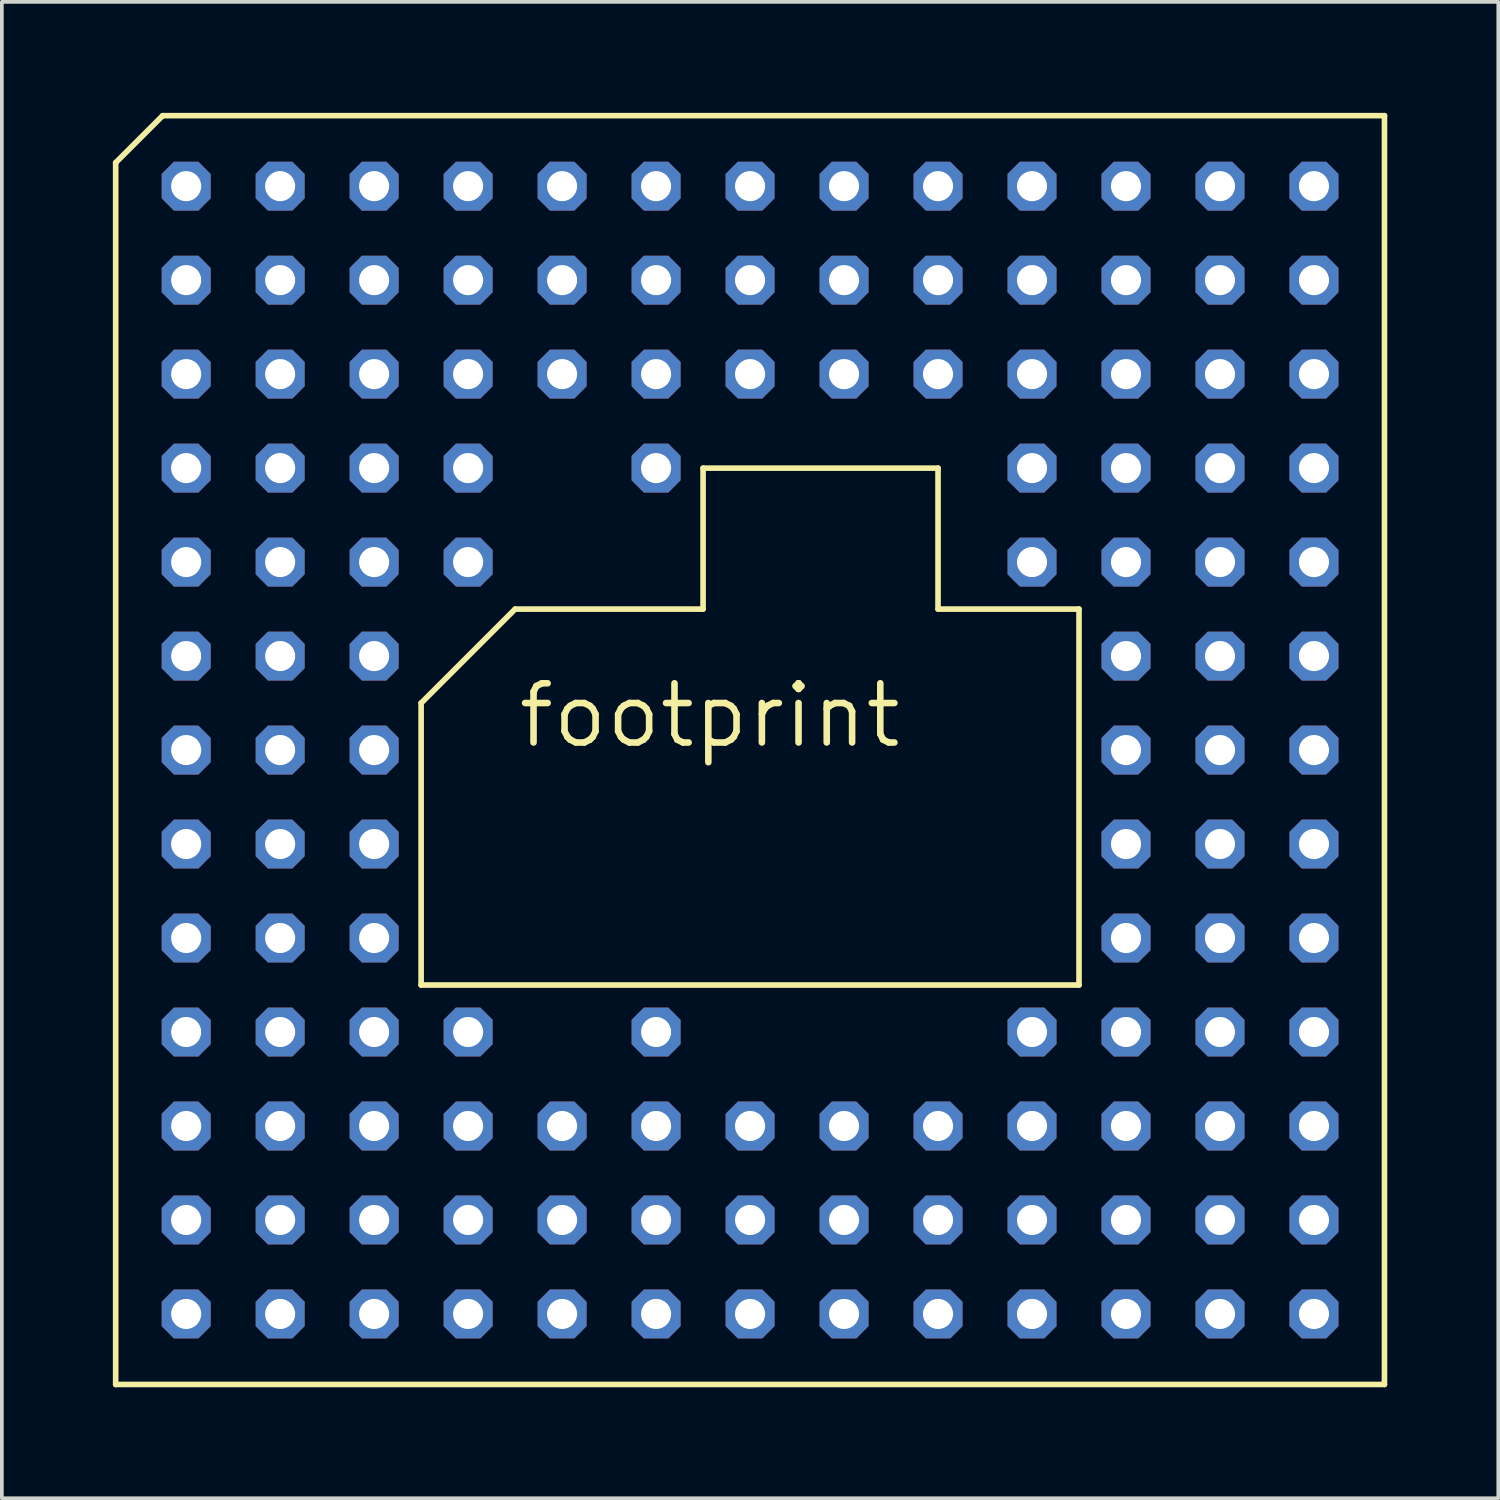
<source format=kicad_pcb>
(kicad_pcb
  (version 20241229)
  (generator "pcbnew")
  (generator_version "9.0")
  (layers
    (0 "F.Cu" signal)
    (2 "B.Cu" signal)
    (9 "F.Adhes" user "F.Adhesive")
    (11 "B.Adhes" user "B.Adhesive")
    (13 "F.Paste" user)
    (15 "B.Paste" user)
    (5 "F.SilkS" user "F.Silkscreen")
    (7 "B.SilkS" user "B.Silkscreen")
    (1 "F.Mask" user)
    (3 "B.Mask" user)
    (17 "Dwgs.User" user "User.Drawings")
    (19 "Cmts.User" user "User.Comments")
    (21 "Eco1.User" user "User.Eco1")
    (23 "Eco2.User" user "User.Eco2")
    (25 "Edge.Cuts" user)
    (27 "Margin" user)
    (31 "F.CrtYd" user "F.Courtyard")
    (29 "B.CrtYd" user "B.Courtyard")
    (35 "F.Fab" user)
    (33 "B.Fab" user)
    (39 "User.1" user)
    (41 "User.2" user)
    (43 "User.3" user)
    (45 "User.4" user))
  (footprint "footprint"
    (layer "F.Cu")
    (at 17.221 17.221)
    (property "Reference" "footprint" (at -6.35 0 0) (layer "F.SilkS") (effects (font (size 1.6 1.6) (thickness 0.178)) (justify left bottom)))
    (fp_line (start -17.145 -15.875) (end -15.875 -17.145) (stroke (width 0.152) (type solid)) (layer "F.SilkS"))
    (fp_line (start -17.145 17.145) (end -17.145 -15.875) (stroke (width 0.152) (type solid)) (layer "F.SilkS"))
    (fp_line (start -15.875 -17.145) (end 17.145 -17.145) (stroke (width 0.152) (type solid)) (layer "F.SilkS"))
    (fp_line (start -8.89 6.35) (end -8.89 -1.27) (stroke (width 0.152) (type solid)) (layer "F.SilkS"))
    (fp_line (start -6.35 -3.81) (end -8.89 -1.27) (stroke (width 0.152) (type solid)) (layer "F.SilkS"))
    (fp_line (start -6.35 -3.81) (end -1.27 -3.81) (stroke (width 0.152) (type solid)) (layer "F.SilkS"))
    (fp_line (start -1.27 -7.62) (end 5.08 -7.62) (stroke (width 0.152) (type solid)) (layer "F.SilkS"))
    (fp_line (start -1.27 -3.81) (end -1.27 -7.62) (stroke (width 0.152) (type solid)) (layer "F.SilkS"))
    (fp_line (start 5.08 -7.62) (end 5.08 -3.81) (stroke (width 0.152) (type solid)) (layer "F.SilkS"))
    (fp_line (start 5.08 -3.81) (end 8.89 -3.81) (stroke (width 0.152) (type solid)) (layer "F.SilkS"))
    (fp_line (start 8.89 -3.81) (end 8.89 6.35) (stroke (width 0.152) (type solid)) (layer "F.SilkS"))
    (fp_line (start 8.89 6.35) (end -8.89 6.35) (stroke (width 0.152) (type solid)) (layer "F.SilkS"))
    (fp_line (start 17.145 -17.145) (end 17.145 17.145) (stroke (width 0.152) (type solid)) (layer "F.SilkS"))
    (fp_line (start 17.145 17.145) (end -17.145 17.145) (stroke (width 0.152) (type solid)) (layer "F.SilkS"))
    (pad "A01" thru_hole roundrect (at -15.24 -15.24 90) (size 1.321 1.321) (drill 0.813) (layers "*.Cu" "*.Mask") (roundrect_rratio 0.25) (chamfer_ratio 0.25) (chamfer top_left top_right bottom_left bottom_right))
    (pad "A02" thru_hole roundrect (at -12.7 -15.24 90) (size 1.321 1.321) (drill 0.813) (layers "*.Cu" "*.Mask") (roundrect_rratio 0.25) (chamfer_ratio 0.25) (chamfer top_left top_right bottom_left bottom_right))
    (pad "A03" thru_hole roundrect (at -10.16 -15.24 90) (size 1.321 1.321) (drill 0.813) (layers "*.Cu" "*.Mask") (roundrect_rratio 0.25) (chamfer_ratio 0.25) (chamfer top_left top_right bottom_left bottom_right))
    (pad "A04" thru_hole roundrect (at -7.62 -15.24 90) (size 1.321 1.321) (drill 0.813) (layers "*.Cu" "*.Mask") (roundrect_rratio 0.25) (chamfer_ratio 0.25) (chamfer top_left top_right bottom_left bottom_right))
    (pad "A05" thru_hole roundrect (at -5.08 -15.24 90) (size 1.321 1.321) (drill 0.813) (layers "*.Cu" "*.Mask") (roundrect_rratio 0.25) (chamfer_ratio 0.25) (chamfer top_left top_right bottom_left bottom_right))
    (pad "A06" thru_hole roundrect (at -2.54 -15.24 90) (size 1.321 1.321) (drill 0.813) (layers "*.Cu" "*.Mask") (roundrect_rratio 0.25) (chamfer_ratio 0.25) (chamfer top_left top_right bottom_left bottom_right))
    (pad "A07" thru_hole roundrect (at 0 -15.24 90) (size 1.321 1.321) (drill 0.813) (layers "*.Cu" "*.Mask") (roundrect_rratio 0.25) (chamfer_ratio 0.25) (chamfer top_left top_right bottom_left bottom_right))
    (pad "A08" thru_hole roundrect (at 2.54 -15.24 90) (size 1.321 1.321) (drill 0.813) (layers "*.Cu" "*.Mask") (roundrect_rratio 0.25) (chamfer_ratio 0.25) (chamfer top_left top_right bottom_left bottom_right))
    (pad "A09" thru_hole roundrect (at 5.08 -15.24 90) (size 1.321 1.321) (drill 0.813) (layers "*.Cu" "*.Mask") (roundrect_rratio 0.25) (chamfer_ratio 0.25) (chamfer top_left top_right bottom_left bottom_right))
    (pad "A10" thru_hole roundrect (at 7.62 -15.24 90) (size 1.321 1.321) (drill 0.813) (layers "*.Cu" "*.Mask") (roundrect_rratio 0.25) (chamfer_ratio 0.25) (chamfer top_left top_right bottom_left bottom_right))
    (pad "A11" thru_hole roundrect (at 10.16 -15.24 90) (size 1.321 1.321) (drill 0.813) (layers "*.Cu" "*.Mask") (roundrect_rratio 0.25) (chamfer_ratio 0.25) (chamfer top_left top_right bottom_left bottom_right))
    (pad "A12" thru_hole roundrect (at 12.7 -15.24 90) (size 1.321 1.321) (drill 0.813) (layers "*.Cu" "*.Mask") (roundrect_rratio 0.25) (chamfer_ratio 0.25) (chamfer top_left top_right bottom_left bottom_right))
    (pad "A13" thru_hole roundrect (at 15.24 -15.24 90) (size 1.321 1.321) (drill 0.813) (layers "*.Cu" "*.Mask") (roundrect_rratio 0.25) (chamfer_ratio 0.25) (chamfer top_left top_right bottom_left bottom_right))
    (pad "B01" thru_hole roundrect (at -15.24 -12.7 90) (size 1.321 1.321) (drill 0.813) (layers "*.Cu" "*.Mask") (roundrect_rratio 0.25) (chamfer_ratio 0.25) (chamfer top_left top_right bottom_left bottom_right))
    (pad "B02" thru_hole roundrect (at -12.7 -12.7 90) (size 1.321 1.321) (drill 0.813) (layers "*.Cu" "*.Mask") (roundrect_rratio 0.25) (chamfer_ratio 0.25) (chamfer top_left top_right bottom_left bottom_right))
    (pad "B03" thru_hole roundrect (at -10.16 -12.7 90) (size 1.321 1.321) (drill 0.813) (layers "*.Cu" "*.Mask") (roundrect_rratio 0.25) (chamfer_ratio 0.25) (chamfer top_left top_right bottom_left bottom_right))
    (pad "B04" thru_hole roundrect (at -7.62 -12.7 90) (size 1.321 1.321) (drill 0.813) (layers "*.Cu" "*.Mask") (roundrect_rratio 0.25) (chamfer_ratio 0.25) (chamfer top_left top_right bottom_left bottom_right))
    (pad "B05" thru_hole roundrect (at -5.08 -12.7 90) (size 1.321 1.321) (drill 0.813) (layers "*.Cu" "*.Mask") (roundrect_rratio 0.25) (chamfer_ratio 0.25) (chamfer top_left top_right bottom_left bottom_right))
    (pad "B06" thru_hole roundrect (at -2.54 -12.7 90) (size 1.321 1.321) (drill 0.813) (layers "*.Cu" "*.Mask") (roundrect_rratio 0.25) (chamfer_ratio 0.25) (chamfer top_left top_right bottom_left bottom_right))
    (pad "B07" thru_hole roundrect (at 0 -12.7 90) (size 1.321 1.321) (drill 0.813) (layers "*.Cu" "*.Mask") (roundrect_rratio 0.25) (chamfer_ratio 0.25) (chamfer top_left top_right bottom_left bottom_right))
    (pad "B08" thru_hole roundrect (at 2.54 -12.7 90) (size 1.321 1.321) (drill 0.813) (layers "*.Cu" "*.Mask") (roundrect_rratio 0.25) (chamfer_ratio 0.25) (chamfer top_left top_right bottom_left bottom_right))
    (pad "B09" thru_hole roundrect (at 5.08 -12.7 90) (size 1.321 1.321) (drill 0.813) (layers "*.Cu" "*.Mask") (roundrect_rratio 0.25) (chamfer_ratio 0.25) (chamfer top_left top_right bottom_left bottom_right))
    (pad "B10" thru_hole roundrect (at 7.62 -12.7 90) (size 1.321 1.321) (drill 0.813) (layers "*.Cu" "*.Mask") (roundrect_rratio 0.25) (chamfer_ratio 0.25) (chamfer top_left top_right bottom_left bottom_right))
    (pad "B11" thru_hole roundrect (at 10.16 -12.7 90) (size 1.321 1.321) (drill 0.813) (layers "*.Cu" "*.Mask") (roundrect_rratio 0.25) (chamfer_ratio 0.25) (chamfer top_left top_right bottom_left bottom_right))
    (pad "B12" thru_hole roundrect (at 12.7 -12.7 90) (size 1.321 1.321) (drill 0.813) (layers "*.Cu" "*.Mask") (roundrect_rratio 0.25) (chamfer_ratio 0.25) (chamfer top_left top_right bottom_left bottom_right))
    (pad "B13" thru_hole roundrect (at 15.24 -12.7 90) (size 1.321 1.321) (drill 0.813) (layers "*.Cu" "*.Mask") (roundrect_rratio 0.25) (chamfer_ratio 0.25) (chamfer top_left top_right bottom_left bottom_right))
    (pad "C01" thru_hole roundrect (at -15.24 -10.16 90) (size 1.321 1.321) (drill 0.813) (layers "*.Cu" "*.Mask") (roundrect_rratio 0.25) (chamfer_ratio 0.25) (chamfer top_left top_right bottom_left bottom_right))
    (pad "C02" thru_hole roundrect (at -12.7 -10.16 90) (size 1.321 1.321) (drill 0.813) (layers "*.Cu" "*.Mask") (roundrect_rratio 0.25) (chamfer_ratio 0.25) (chamfer top_left top_right bottom_left bottom_right))
    (pad "C03" thru_hole roundrect (at -10.16 -10.16 90) (size 1.321 1.321) (drill 0.813) (layers "*.Cu" "*.Mask") (roundrect_rratio 0.25) (chamfer_ratio 0.25) (chamfer top_left top_right bottom_left bottom_right))
    (pad "C04" thru_hole roundrect (at -7.62 -10.16 90) (size 1.321 1.321) (drill 0.813) (layers "*.Cu" "*.Mask") (roundrect_rratio 0.25) (chamfer_ratio 0.25) (chamfer top_left top_right bottom_left bottom_right))
    (pad "C05" thru_hole roundrect (at -5.08 -10.16 90) (size 1.321 1.321) (drill 0.813) (layers "*.Cu" "*.Mask") (roundrect_rratio 0.25) (chamfer_ratio 0.25) (chamfer top_left top_right bottom_left bottom_right))
    (pad "C06" thru_hole roundrect (at -2.54 -10.16 90) (size 1.321 1.321) (drill 0.813) (layers "*.Cu" "*.Mask") (roundrect_rratio 0.25) (chamfer_ratio 0.25) (chamfer top_left top_right bottom_left bottom_right))
    (pad "C07" thru_hole roundrect (at 0 -10.16 90) (size 1.321 1.321) (drill 0.813) (layers "*.Cu" "*.Mask") (roundrect_rratio 0.25) (chamfer_ratio 0.25) (chamfer top_left top_right bottom_left bottom_right))
    (pad "C08" thru_hole roundrect (at 2.54 -10.16 90) (size 1.321 1.321) (drill 0.813) (layers "*.Cu" "*.Mask") (roundrect_rratio 0.25) (chamfer_ratio 0.25) (chamfer top_left top_right bottom_left bottom_right))
    (pad "C09" thru_hole roundrect (at 5.08 -10.16 90) (size 1.321 1.321) (drill 0.813) (layers "*.Cu" "*.Mask") (roundrect_rratio 0.25) (chamfer_ratio 0.25) (chamfer top_left top_right bottom_left bottom_right))
    (pad "C10" thru_hole roundrect (at 7.62 -10.16 90) (size 1.321 1.321) (drill 0.813) (layers "*.Cu" "*.Mask") (roundrect_rratio 0.25) (chamfer_ratio 0.25) (chamfer top_left top_right bottom_left bottom_right))
    (pad "C11" thru_hole roundrect (at 10.16 -10.16 90) (size 1.321 1.321) (drill 0.813) (layers "*.Cu" "*.Mask") (roundrect_rratio 0.25) (chamfer_ratio 0.25) (chamfer top_left top_right bottom_left bottom_right))
    (pad "C12" thru_hole roundrect (at 12.7 -10.16 90) (size 1.321 1.321) (drill 0.813) (layers "*.Cu" "*.Mask") (roundrect_rratio 0.25) (chamfer_ratio 0.25) (chamfer top_left top_right bottom_left bottom_right))
    (pad "C13" thru_hole roundrect (at 15.24 -10.16 90) (size 1.321 1.321) (drill 0.813) (layers "*.Cu" "*.Mask") (roundrect_rratio 0.25) (chamfer_ratio 0.25) (chamfer top_left top_right bottom_left bottom_right))
    (pad "D01" thru_hole roundrect (at -15.24 -7.62 90) (size 1.321 1.321) (drill 0.813) (layers "*.Cu" "*.Mask") (roundrect_rratio 0.25) (chamfer_ratio 0.25) (chamfer top_left top_right bottom_left bottom_right))
    (pad "D02" thru_hole roundrect (at -12.7 -7.62 90) (size 1.321 1.321) (drill 0.813) (layers "*.Cu" "*.Mask") (roundrect_rratio 0.25) (chamfer_ratio 0.25) (chamfer top_left top_right bottom_left bottom_right))
    (pad "D03" thru_hole roundrect (at -10.16 -7.62 90) (size 1.321 1.321) (drill 0.813) (layers "*.Cu" "*.Mask") (roundrect_rratio 0.25) (chamfer_ratio 0.25) (chamfer top_left top_right bottom_left bottom_right))
    (pad "D04" thru_hole roundrect (at -7.62 -7.62 90) (size 1.321 1.321) (drill 0.813) (layers "*.Cu" "*.Mask") (roundrect_rratio 0.25) (chamfer_ratio 0.25) (chamfer top_left top_right bottom_left bottom_right))
    (pad "D06" thru_hole roundrect (at -2.54 -7.62 90) (size 1.321 1.321) (drill 0.813) (layers "*.Cu" "*.Mask") (roundrect_rratio 0.25) (chamfer_ratio 0.25) (chamfer top_left top_right bottom_left bottom_right))
    (pad "D10" thru_hole roundrect (at 7.62 -7.62 90) (size 1.321 1.321) (drill 0.813) (layers "*.Cu" "*.Mask") (roundrect_rratio 0.25) (chamfer_ratio 0.25) (chamfer top_left top_right bottom_left bottom_right))
    (pad "D11" thru_hole roundrect (at 10.16 -7.62 90) (size 1.321 1.321) (drill 0.813) (layers "*.Cu" "*.Mask") (roundrect_rratio 0.25) (chamfer_ratio 0.25) (chamfer top_left top_right bottom_left bottom_right))
    (pad "D12" thru_hole roundrect (at 12.7 -7.62 90) (size 1.321 1.321) (drill 0.813) (layers "*.Cu" "*.Mask") (roundrect_rratio 0.25) (chamfer_ratio 0.25) (chamfer top_left top_right bottom_left bottom_right))
    (pad "D13" thru_hole roundrect (at 15.24 -7.62 90) (size 1.321 1.321) (drill 0.813) (layers "*.Cu" "*.Mask") (roundrect_rratio 0.25) (chamfer_ratio 0.25) (chamfer top_left top_right bottom_left bottom_right))
    (pad "E01" thru_hole roundrect (at -15.24 -5.08 90) (size 1.321 1.321) (drill 0.813) (layers "*.Cu" "*.Mask") (roundrect_rratio 0.25) (chamfer_ratio 0.25) (chamfer top_left top_right bottom_left bottom_right))
    (pad "E02" thru_hole roundrect (at -12.7 -5.08 90) (size 1.321 1.321) (drill 0.813) (layers "*.Cu" "*.Mask") (roundrect_rratio 0.25) (chamfer_ratio 0.25) (chamfer top_left top_right bottom_left bottom_right))
    (pad "E03" thru_hole roundrect (at -10.16 -5.08 90) (size 1.321 1.321) (drill 0.813) (layers "*.Cu" "*.Mask") (roundrect_rratio 0.25) (chamfer_ratio 0.25) (chamfer top_left top_right bottom_left bottom_right))
    (pad "E04" thru_hole roundrect (at -7.62 -5.08 90) (size 1.321 1.321) (drill 0.813) (layers "*.Cu" "*.Mask") (roundrect_rratio 0.25) (chamfer_ratio 0.25) (chamfer top_left top_right bottom_left bottom_right))
    (pad "E10" thru_hole roundrect (at 7.62 -5.08 90) (size 1.321 1.321) (drill 0.813) (layers "*.Cu" "*.Mask") (roundrect_rratio 0.25) (chamfer_ratio 0.25) (chamfer top_left top_right bottom_left bottom_right))
    (pad "E11" thru_hole roundrect (at 10.16 -5.08 90) (size 1.321 1.321) (drill 0.813) (layers "*.Cu" "*.Mask") (roundrect_rratio 0.25) (chamfer_ratio 0.25) (chamfer top_left top_right bottom_left bottom_right))
    (pad "E12" thru_hole roundrect (at 12.7 -5.08 90) (size 1.321 1.321) (drill 0.813) (layers "*.Cu" "*.Mask") (roundrect_rratio 0.25) (chamfer_ratio 0.25) (chamfer top_left top_right bottom_left bottom_right))
    (pad "E13" thru_hole roundrect (at 15.24 -5.08 90) (size 1.321 1.321) (drill 0.813) (layers "*.Cu" "*.Mask") (roundrect_rratio 0.25) (chamfer_ratio 0.25) (chamfer top_left top_right bottom_left bottom_right))
    (pad "F01" thru_hole roundrect (at -15.24 -2.54 90) (size 1.321 1.321) (drill 0.813) (layers "*.Cu" "*.Mask") (roundrect_rratio 0.25) (chamfer_ratio 0.25) (chamfer top_left top_right bottom_left bottom_right))
    (pad "F02" thru_hole roundrect (at -12.7 -2.54 90) (size 1.321 1.321) (drill 0.813) (layers "*.Cu" "*.Mask") (roundrect_rratio 0.25) (chamfer_ratio 0.25) (chamfer top_left top_right bottom_left bottom_right))
    (pad "F03" thru_hole roundrect (at -10.16 -2.54 90) (size 1.321 1.321) (drill 0.813) (layers "*.Cu" "*.Mask") (roundrect_rratio 0.25) (chamfer_ratio 0.25) (chamfer top_left top_right bottom_left bottom_right))
    (pad "F11" thru_hole roundrect (at 10.16 -2.54 90) (size 1.321 1.321) (drill 0.813) (layers "*.Cu" "*.Mask") (roundrect_rratio 0.25) (chamfer_ratio 0.25) (chamfer top_left top_right bottom_left bottom_right))
    (pad "F12" thru_hole roundrect (at 12.7 -2.54 90) (size 1.321 1.321) (drill 0.813) (layers "*.Cu" "*.Mask") (roundrect_rratio 0.25) (chamfer_ratio 0.25) (chamfer top_left top_right bottom_left bottom_right))
    (pad "F13" thru_hole roundrect (at 15.24 -2.54 90) (size 1.321 1.321) (drill 0.813) (layers "*.Cu" "*.Mask") (roundrect_rratio 0.25) (chamfer_ratio 0.25) (chamfer top_left top_right bottom_left bottom_right))
    (pad "G01" thru_hole roundrect (at -15.24 0 90) (size 1.321 1.321) (drill 0.813) (layers "*.Cu" "*.Mask") (roundrect_rratio 0.25) (chamfer_ratio 0.25) (chamfer top_left top_right bottom_left bottom_right))
    (pad "G02" thru_hole roundrect (at -12.7 0 90) (size 1.321 1.321) (drill 0.813) (layers "*.Cu" "*.Mask") (roundrect_rratio 0.25) (chamfer_ratio 0.25) (chamfer top_left top_right bottom_left bottom_right))
    (pad "G03" thru_hole roundrect (at -10.16 0 90) (size 1.321 1.321) (drill 0.813) (layers "*.Cu" "*.Mask") (roundrect_rratio 0.25) (chamfer_ratio 0.25) (chamfer top_left top_right bottom_left bottom_right))
    (pad "G11" thru_hole roundrect (at 10.16 0 90) (size 1.321 1.321) (drill 0.813) (layers "*.Cu" "*.Mask") (roundrect_rratio 0.25) (chamfer_ratio 0.25) (chamfer top_left top_right bottom_left bottom_right))
    (pad "G12" thru_hole roundrect (at 12.7 0 90) (size 1.321 1.321) (drill 0.813) (layers "*.Cu" "*.Mask") (roundrect_rratio 0.25) (chamfer_ratio 0.25) (chamfer top_left top_right bottom_left bottom_right))
    (pad "G13" thru_hole roundrect (at 15.24 0 90) (size 1.321 1.321) (drill 0.813) (layers "*.Cu" "*.Mask") (roundrect_rratio 0.25) (chamfer_ratio 0.25) (chamfer top_left top_right bottom_left bottom_right))
    (pad "H01" thru_hole roundrect (at -15.24 2.54 90) (size 1.321 1.321) (drill 0.813) (layers "*.Cu" "*.Mask") (roundrect_rratio 0.25) (chamfer_ratio 0.25) (chamfer top_left top_right bottom_left bottom_right))
    (pad "H02" thru_hole roundrect (at -12.7 2.54 90) (size 1.321 1.321) (drill 0.813) (layers "*.Cu" "*.Mask") (roundrect_rratio 0.25) (chamfer_ratio 0.25) (chamfer top_left top_right bottom_left bottom_right))
    (pad "H03" thru_hole roundrect (at -10.16 2.54 90) (size 1.321 1.321) (drill 0.813) (layers "*.Cu" "*.Mask") (roundrect_rratio 0.25) (chamfer_ratio 0.25) (chamfer top_left top_right bottom_left bottom_right))
    (pad "H11" thru_hole roundrect (at 10.16 2.54 90) (size 1.321 1.321) (drill 0.813) (layers "*.Cu" "*.Mask") (roundrect_rratio 0.25) (chamfer_ratio 0.25) (chamfer top_left top_right bottom_left bottom_right))
    (pad "H12" thru_hole roundrect (at 12.7 2.54 90) (size 1.321 1.321) (drill 0.813) (layers "*.Cu" "*.Mask") (roundrect_rratio 0.25) (chamfer_ratio 0.25) (chamfer top_left top_right bottom_left bottom_right))
    (pad "H13" thru_hole roundrect (at 15.24 2.54 90) (size 1.321 1.321) (drill 0.813) (layers "*.Cu" "*.Mask") (roundrect_rratio 0.25) (chamfer_ratio 0.25) (chamfer top_left top_right bottom_left bottom_right))
    (pad "J01" thru_hole roundrect (at -15.24 5.08 90) (size 1.321 1.321) (drill 0.813) (layers "*.Cu" "*.Mask") (roundrect_rratio 0.25) (chamfer_ratio 0.25) (chamfer top_left top_right bottom_left bottom_right))
    (pad "J02" thru_hole roundrect (at -12.7 5.08 90) (size 1.321 1.321) (drill 0.813) (layers "*.Cu" "*.Mask") (roundrect_rratio 0.25) (chamfer_ratio 0.25) (chamfer top_left top_right bottom_left bottom_right))
    (pad "J03" thru_hole roundrect (at -10.16 5.08 90) (size 1.321 1.321) (drill 0.813) (layers "*.Cu" "*.Mask") (roundrect_rratio 0.25) (chamfer_ratio 0.25) (chamfer top_left top_right bottom_left bottom_right))
    (pad "J11" thru_hole roundrect (at 10.16 5.08 90) (size 1.321 1.321) (drill 0.813) (layers "*.Cu" "*.Mask") (roundrect_rratio 0.25) (chamfer_ratio 0.25) (chamfer top_left top_right bottom_left bottom_right))
    (pad "J12" thru_hole roundrect (at 12.7 5.08 90) (size 1.321 1.321) (drill 0.813) (layers "*.Cu" "*.Mask") (roundrect_rratio 0.25) (chamfer_ratio 0.25) (chamfer top_left top_right bottom_left bottom_right))
    (pad "J13" thru_hole roundrect (at 15.24 5.08 90) (size 1.321 1.321) (drill 0.813) (layers "*.Cu" "*.Mask") (roundrect_rratio 0.25) (chamfer_ratio 0.25) (chamfer top_left top_right bottom_left bottom_right))
    (pad "K01" thru_hole roundrect (at -15.24 7.62 90) (size 1.321 1.321) (drill 0.813) (layers "*.Cu" "*.Mask") (roundrect_rratio 0.25) (chamfer_ratio 0.25) (chamfer top_left top_right bottom_left bottom_right))
    (pad "K02" thru_hole roundrect (at -12.7 7.62 90) (size 1.321 1.321) (drill 0.813) (layers "*.Cu" "*.Mask") (roundrect_rratio 0.25) (chamfer_ratio 0.25) (chamfer top_left top_right bottom_left bottom_right))
    (pad "K03" thru_hole roundrect (at -10.16 7.62 90) (size 1.321 1.321) (drill 0.813) (layers "*.Cu" "*.Mask") (roundrect_rratio 0.25) (chamfer_ratio 0.25) (chamfer top_left top_right bottom_left bottom_right))
    (pad "K04" thru_hole roundrect (at -7.62 7.62 90) (size 1.321 1.321) (drill 0.813) (layers "*.Cu" "*.Mask") (roundrect_rratio 0.25) (chamfer_ratio 0.25) (chamfer top_left top_right bottom_left bottom_right))
    (pad "K06" thru_hole roundrect (at -2.54 7.62 90) (size 1.321 1.321) (drill 0.813) (layers "*.Cu" "*.Mask") (roundrect_rratio 0.25) (chamfer_ratio 0.25) (chamfer top_left top_right bottom_left bottom_right))
    (pad "K10" thru_hole roundrect (at 7.62 7.62 90) (size 1.321 1.321) (drill 0.813) (layers "*.Cu" "*.Mask") (roundrect_rratio 0.25) (chamfer_ratio 0.25) (chamfer top_left top_right bottom_left bottom_right))
    (pad "K11" thru_hole roundrect (at 10.16 7.62 90) (size 1.321 1.321) (drill 0.813) (layers "*.Cu" "*.Mask") (roundrect_rratio 0.25) (chamfer_ratio 0.25) (chamfer top_left top_right bottom_left bottom_right))
    (pad "K12" thru_hole roundrect (at 12.7 7.62 90) (size 1.321 1.321) (drill 0.813) (layers "*.Cu" "*.Mask") (roundrect_rratio 0.25) (chamfer_ratio 0.25) (chamfer top_left top_right bottom_left bottom_right))
    (pad "K13" thru_hole roundrect (at 15.24 7.62 90) (size 1.321 1.321) (drill 0.813) (layers "*.Cu" "*.Mask") (roundrect_rratio 0.25) (chamfer_ratio 0.25) (chamfer top_left top_right bottom_left bottom_right))
    (pad "L01" thru_hole roundrect (at -15.24 10.16 90) (size 1.321 1.321) (drill 0.813) (layers "*.Cu" "*.Mask") (roundrect_rratio 0.25) (chamfer_ratio 0.25) (chamfer top_left top_right bottom_left bottom_right))
    (pad "L02" thru_hole roundrect (at -12.7 10.16 90) (size 1.321 1.321) (drill 0.813) (layers "*.Cu" "*.Mask") (roundrect_rratio 0.25) (chamfer_ratio 0.25) (chamfer top_left top_right bottom_left bottom_right))
    (pad "L03" thru_hole roundrect (at -10.16 10.16 90) (size 1.321 1.321) (drill 0.813) (layers "*.Cu" "*.Mask") (roundrect_rratio 0.25) (chamfer_ratio 0.25) (chamfer top_left top_right bottom_left bottom_right))
    (pad "L04" thru_hole roundrect (at -7.62 10.16 90) (size 1.321 1.321) (drill 0.813) (layers "*.Cu" "*.Mask") (roundrect_rratio 0.25) (chamfer_ratio 0.25) (chamfer top_left top_right bottom_left bottom_right))
    (pad "L05" thru_hole roundrect (at -5.08 10.16 90) (size 1.321 1.321) (drill 0.813) (layers "*.Cu" "*.Mask") (roundrect_rratio 0.25) (chamfer_ratio 0.25) (chamfer top_left top_right bottom_left bottom_right))
    (pad "L06" thru_hole roundrect (at -2.54 10.16 90) (size 1.321 1.321) (drill 0.813) (layers "*.Cu" "*.Mask") (roundrect_rratio 0.25) (chamfer_ratio 0.25) (chamfer top_left top_right bottom_left bottom_right))
    (pad "L07" thru_hole roundrect (at 0 10.16 90) (size 1.321 1.321) (drill 0.813) (layers "*.Cu" "*.Mask") (roundrect_rratio 0.25) (chamfer_ratio 0.25) (chamfer top_left top_right bottom_left bottom_right))
    (pad "L08" thru_hole roundrect (at 2.54 10.16 90) (size 1.321 1.321) (drill 0.813) (layers "*.Cu" "*.Mask") (roundrect_rratio 0.25) (chamfer_ratio 0.25) (chamfer top_left top_right bottom_left bottom_right))
    (pad "L09" thru_hole roundrect (at 5.08 10.16 90) (size 1.321 1.321) (drill 0.813) (layers "*.Cu" "*.Mask") (roundrect_rratio 0.25) (chamfer_ratio 0.25) (chamfer top_left top_right bottom_left bottom_right))
    (pad "L10" thru_hole roundrect (at 7.62 10.16 90) (size 1.321 1.321) (drill 0.813) (layers "*.Cu" "*.Mask") (roundrect_rratio 0.25) (chamfer_ratio 0.25) (chamfer top_left top_right bottom_left bottom_right))
    (pad "L11" thru_hole roundrect (at 10.16 10.16 90) (size 1.321 1.321) (drill 0.813) (layers "*.Cu" "*.Mask") (roundrect_rratio 0.25) (chamfer_ratio 0.25) (chamfer top_left top_right bottom_left bottom_right))
    (pad "L12" thru_hole roundrect (at 12.7 10.16 90) (size 1.321 1.321) (drill 0.813) (layers "*.Cu" "*.Mask") (roundrect_rratio 0.25) (chamfer_ratio 0.25) (chamfer top_left top_right bottom_left bottom_right))
    (pad "L13" thru_hole roundrect (at 15.24 10.16 90) (size 1.321 1.321) (drill 0.813) (layers "*.Cu" "*.Mask") (roundrect_rratio 0.25) (chamfer_ratio 0.25) (chamfer top_left top_right bottom_left bottom_right))
    (pad "M01" thru_hole roundrect (at -15.24 12.7 90) (size 1.321 1.321) (drill 0.813) (layers "*.Cu" "*.Mask") (roundrect_rratio 0.25) (chamfer_ratio 0.25) (chamfer top_left top_right bottom_left bottom_right))
    (pad "M02" thru_hole roundrect (at -12.7 12.7 90) (size 1.321 1.321) (drill 0.813) (layers "*.Cu" "*.Mask") (roundrect_rratio 0.25) (chamfer_ratio 0.25) (chamfer top_left top_right bottom_left bottom_right))
    (pad "M03" thru_hole roundrect (at -10.16 12.7 90) (size 1.321 1.321) (drill 0.813) (layers "*.Cu" "*.Mask") (roundrect_rratio 0.25) (chamfer_ratio 0.25) (chamfer top_left top_right bottom_left bottom_right))
    (pad "M04" thru_hole roundrect (at -7.62 12.7 90) (size 1.321 1.321) (drill 0.813) (layers "*.Cu" "*.Mask") (roundrect_rratio 0.25) (chamfer_ratio 0.25) (chamfer top_left top_right bottom_left bottom_right))
    (pad "M05" thru_hole roundrect (at -5.08 12.7 90) (size 1.321 1.321) (drill 0.813) (layers "*.Cu" "*.Mask") (roundrect_rratio 0.25) (chamfer_ratio 0.25) (chamfer top_left top_right bottom_left bottom_right))
    (pad "M06" thru_hole roundrect (at -2.54 12.7 90) (size 1.321 1.321) (drill 0.813) (layers "*.Cu" "*.Mask") (roundrect_rratio 0.25) (chamfer_ratio 0.25) (chamfer top_left top_right bottom_left bottom_right))
    (pad "M07" thru_hole roundrect (at 0 12.7 90) (size 1.321 1.321) (drill 0.813) (layers "*.Cu" "*.Mask") (roundrect_rratio 0.25) (chamfer_ratio 0.25) (chamfer top_left top_right bottom_left bottom_right))
    (pad "M08" thru_hole roundrect (at 2.54 12.7 90) (size 1.321 1.321) (drill 0.813) (layers "*.Cu" "*.Mask") (roundrect_rratio 0.25) (chamfer_ratio 0.25) (chamfer top_left top_right bottom_left bottom_right))
    (pad "M09" thru_hole roundrect (at 5.08 12.7 90) (size 1.321 1.321) (drill 0.813) (layers "*.Cu" "*.Mask") (roundrect_rratio 0.25) (chamfer_ratio 0.25) (chamfer top_left top_right bottom_left bottom_right))
    (pad "M10" thru_hole roundrect (at 7.62 12.7 90) (size 1.321 1.321) (drill 0.813) (layers "*.Cu" "*.Mask") (roundrect_rratio 0.25) (chamfer_ratio 0.25) (chamfer top_left top_right bottom_left bottom_right))
    (pad "M11" thru_hole roundrect (at 10.16 12.7 90) (size 1.321 1.321) (drill 0.813) (layers "*.Cu" "*.Mask") (roundrect_rratio 0.25) (chamfer_ratio 0.25) (chamfer top_left top_right bottom_left bottom_right))
    (pad "M12" thru_hole roundrect (at 12.7 12.7 90) (size 1.321 1.321) (drill 0.813) (layers "*.Cu" "*.Mask") (roundrect_rratio 0.25) (chamfer_ratio 0.25) (chamfer top_left top_right bottom_left bottom_right))
    (pad "M13" thru_hole roundrect (at 15.24 12.7 90) (size 1.321 1.321) (drill 0.813) (layers "*.Cu" "*.Mask") (roundrect_rratio 0.25) (chamfer_ratio 0.25) (chamfer top_left top_right bottom_left bottom_right))
    (pad "N01" thru_hole roundrect (at -15.24 15.24 90) (size 1.321 1.321) (drill 0.813) (layers "*.Cu" "*.Mask") (roundrect_rratio 0.25) (chamfer_ratio 0.25) (chamfer top_left top_right bottom_left bottom_right))
    (pad "N02" thru_hole roundrect (at -12.7 15.24 90) (size 1.321 1.321) (drill 0.813) (layers "*.Cu" "*.Mask") (roundrect_rratio 0.25) (chamfer_ratio 0.25) (chamfer top_left top_right bottom_left bottom_right))
    (pad "N03" thru_hole roundrect (at -10.16 15.24 90) (size 1.321 1.321) (drill 0.813) (layers "*.Cu" "*.Mask") (roundrect_rratio 0.25) (chamfer_ratio 0.25) (chamfer top_left top_right bottom_left bottom_right))
    (pad "N04" thru_hole roundrect (at -7.62 15.24 90) (size 1.321 1.321) (drill 0.813) (layers "*.Cu" "*.Mask") (roundrect_rratio 0.25) (chamfer_ratio 0.25) (chamfer top_left top_right bottom_left bottom_right))
    (pad "N05" thru_hole roundrect (at -5.08 15.24 90) (size 1.321 1.321) (drill 0.813) (layers "*.Cu" "*.Mask") (roundrect_rratio 0.25) (chamfer_ratio 0.25) (chamfer top_left top_right bottom_left bottom_right))
    (pad "N06" thru_hole roundrect (at -2.54 15.24 90) (size 1.321 1.321) (drill 0.813) (layers "*.Cu" "*.Mask") (roundrect_rratio 0.25) (chamfer_ratio 0.25) (chamfer top_left top_right bottom_left bottom_right))
    (pad "N07" thru_hole roundrect (at 0 15.24 90) (size 1.321 1.321) (drill 0.813) (layers "*.Cu" "*.Mask") (roundrect_rratio 0.25) (chamfer_ratio 0.25) (chamfer top_left top_right bottom_left bottom_right))
    (pad "N08" thru_hole roundrect (at 2.54 15.24 90) (size 1.321 1.321) (drill 0.813) (layers "*.Cu" "*.Mask") (roundrect_rratio 0.25) (chamfer_ratio 0.25) (chamfer top_left top_right bottom_left bottom_right))
    (pad "N09" thru_hole roundrect (at 5.08 15.24 90) (size 1.321 1.321) (drill 0.813) (layers "*.Cu" "*.Mask") (roundrect_rratio 0.25) (chamfer_ratio 0.25) (chamfer top_left top_right bottom_left bottom_right))
    (pad "N10" thru_hole roundrect (at 7.62 15.24 90) (size 1.321 1.321) (drill 0.813) (layers "*.Cu" "*.Mask") (roundrect_rratio 0.25) (chamfer_ratio 0.25) (chamfer top_left top_right bottom_left bottom_right))
    (pad "N11" thru_hole roundrect (at 10.16 15.24 90) (size 1.321 1.321) (drill 0.813) (layers "*.Cu" "*.Mask") (roundrect_rratio 0.25) (chamfer_ratio 0.25) (chamfer top_left top_right bottom_left bottom_right))
    (pad "N12" thru_hole roundrect (at 12.7 15.24 90) (size 1.321 1.321) (drill 0.813) (layers "*.Cu" "*.Mask") (roundrect_rratio 0.25) (chamfer_ratio 0.25) (chamfer top_left top_right bottom_left bottom_right))
    (pad "N13" thru_hole roundrect (at 15.24 15.24 90) (size 1.321 1.321) (drill 0.813) (layers "*.Cu" "*.Mask") (roundrect_rratio 0.25) (chamfer_ratio 0.25) (chamfer top_left top_right bottom_left bottom_right)))
  (gr_rect
    (start -3 -3)
    (end 37.442 37.442)
    (stroke (width 0.1) (type default))
    (fill no)
    (layer "Edge.Cuts")))
</source>
